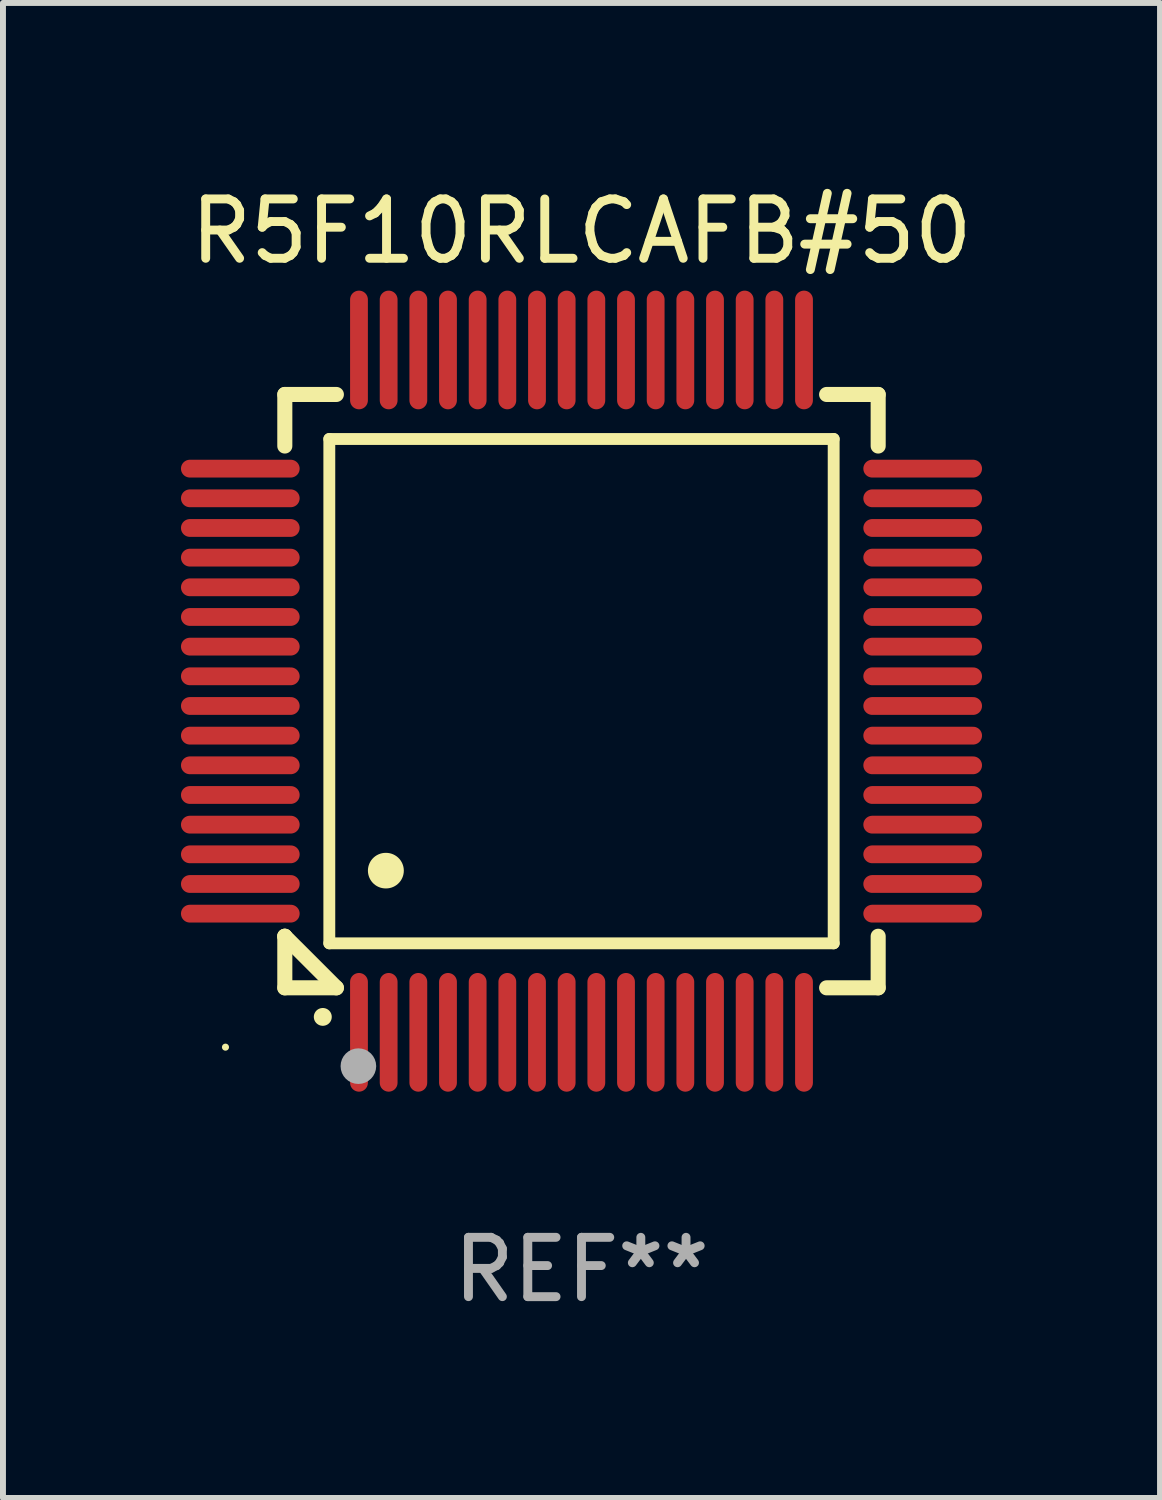
<source format=kicad_pcb>
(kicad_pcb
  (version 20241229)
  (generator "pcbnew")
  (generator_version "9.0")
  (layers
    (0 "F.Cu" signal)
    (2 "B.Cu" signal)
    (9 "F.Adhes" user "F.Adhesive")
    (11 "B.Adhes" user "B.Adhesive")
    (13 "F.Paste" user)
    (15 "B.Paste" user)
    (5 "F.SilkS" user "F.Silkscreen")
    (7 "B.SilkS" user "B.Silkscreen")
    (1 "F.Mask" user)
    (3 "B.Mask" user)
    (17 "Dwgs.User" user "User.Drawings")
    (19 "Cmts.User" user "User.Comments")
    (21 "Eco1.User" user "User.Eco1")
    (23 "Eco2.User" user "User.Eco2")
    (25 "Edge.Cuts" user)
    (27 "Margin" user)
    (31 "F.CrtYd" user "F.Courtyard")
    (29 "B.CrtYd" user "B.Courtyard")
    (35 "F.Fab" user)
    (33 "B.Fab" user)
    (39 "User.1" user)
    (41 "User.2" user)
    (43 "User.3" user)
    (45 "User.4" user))
  (footprint "R5F10RLCAFB#50"
    (layer "F.Cu")
    (at 6.75 8.598)
    (property "Reference" "R5F10RLCAFB#50" (at 0 -7.75 0) (layer "F.SilkS") (effects (font (size 1 1) (thickness 0.15))))
    (attr through_hole)
    (fp_line (start -5 -5) (end -4.131 -5) (stroke (width 0.254) (type solid)) (layer "F.SilkS"))
    (fp_line (start -5 -4.131) (end -5 -5) (stroke (width 0.254) (type solid)) (layer "F.SilkS"))
    (fp_line (start -5 4.131) (end -5 4.131) (stroke (width 0.254) (type solid)) (layer "F.SilkS"))
    (fp_line (start -5 5) (end -5 4.131) (stroke (width 0.254) (type solid)) (layer "F.SilkS"))
    (fp_line (start -5 4.131) (end -4.131 5) (stroke (width 0.254) (type solid)) (layer "F.SilkS"))
    (fp_line (start -4.25 -4.25) (end -4.25 4.25) (stroke (width 0.2) (type solid)) (layer "F.SilkS"))
    (fp_line (start -4.25 4.25) (end 4.25 4.25) (stroke (width 0.2) (type solid)) (layer "F.SilkS"))
    (fp_line (start -4.131 5) (end -5 5) (stroke (width 0.254) (type solid)) (layer "F.SilkS"))
    (fp_line (start 4.25 -4.25) (end -4.25 -4.25) (stroke (width 0.2) (type solid)) (layer "F.SilkS"))
    (fp_line (start 4.25 4.25) (end 4.25 -4.25) (stroke (width 0.2) (type solid)) (layer "F.SilkS"))
    (fp_line (start 5 -5) (end 4.131 -5) (stroke (width 0.254) (type solid)) (layer "F.SilkS"))
    (fp_line (start 5 -5) (end 5 -4.131) (stroke (width 0.254) (type solid)) (layer "F.SilkS"))
    (fp_line (start 5 4.131) (end 5 5) (stroke (width 0.254) (type solid)) (layer "F.SilkS"))
    (fp_line (start 5 5) (end 4.131 5) (stroke (width 0.254) (type solid)) (layer "F.SilkS"))
    (fp_arc (start -4.361265 5.489992) (mid -4.359995 5.489987) (end -4.358725 5.489992) (stroke (width 0.3) (type solid)) (layer "F.SilkS"))
    (fp_arc (start -3.299467 3.025146) (mid -3.296927 3.025135) (end -3.294387 3.025146) (stroke (width 0.6) (type solid)) (layer "F.SilkS"))
    (fp_circle (center -6 6) (end -5.97 6) (stroke (width 0.06) (type solid)) (fill no) (layer "F.SilkS"))
    (fp_circle (center -3.76 6.32) (end -3.61 6.32) (stroke (width 0.3) (type solid)) (fill no) (layer "F.Fab"))
    (fp_text user "REF**" (at 0 9.75 0) (layer "F.Fab") (effects (font (size 1 1) (thickness 0.15))))
    (pad "1" smd oval (at -3.75 5.75) (size 0.3 2) (layers "F.Cu" "F.Mask" "F.Paste"))
    (pad "2" smd oval (at -3.25 5.75) (size 0.3 2) (layers "F.Cu" "F.Mask" "F.Paste"))
    (pad "3" smd oval (at -2.75 5.75) (size 0.3 2) (layers "F.Cu" "F.Mask" "F.Paste"))
    (pad "4" smd oval (at -2.25 5.75) (size 0.3 2) (layers "F.Cu" "F.Mask" "F.Paste"))
    (pad "5" smd oval (at -1.75 5.75) (size 0.3 2) (layers "F.Cu" "F.Mask" "F.Paste"))
    (pad "6" smd oval (at -1.25 5.75) (size 0.3 2) (layers "F.Cu" "F.Mask" "F.Paste"))
    (pad "7" smd oval (at -0.75 5.75) (size 0.3 2) (layers "F.Cu" "F.Mask" "F.Paste"))
    (pad "8" smd oval (at -0.25 5.75) (size 0.3 2) (layers "F.Cu" "F.Mask" "F.Paste"))
    (pad "9" smd oval (at 0.25 5.75) (size 0.3 2) (layers "F.Cu" "F.Mask" "F.Paste"))
    (pad "10" smd oval (at 0.75 5.75) (size 0.3 2) (layers "F.Cu" "F.Mask" "F.Paste"))
    (pad "11" smd oval (at 1.25 5.75) (size 0.3 2) (layers "F.Cu" "F.Mask" "F.Paste"))
    (pad "12" smd oval (at 1.75 5.75) (size 0.3 2) (layers "F.Cu" "F.Mask" "F.Paste"))
    (pad "13" smd oval (at 2.25 5.75) (size 0.3 2) (layers "F.Cu" "F.Mask" "F.Paste"))
    (pad "14" smd oval (at 2.75 5.75) (size 0.3 2) (layers "F.Cu" "F.Mask" "F.Paste"))
    (pad "15" smd oval (at 3.25 5.75) (size 0.3 2) (layers "F.Cu" "F.Mask" "F.Paste"))
    (pad "16" smd oval (at 3.75 5.75) (size 0.3 2) (layers "F.Cu" "F.Mask" "F.Paste"))
    (pad "17" smd oval (at 5.75 3.75) (size 2 0.3) (layers "F.Cu" "F.Mask" "F.Paste"))
    (pad "18" smd oval (at 5.75 3.25) (size 2 0.3) (layers "F.Cu" "F.Mask" "F.Paste"))
    (pad "19" smd oval (at 5.75 2.75) (size 2 0.3) (layers "F.Cu" "F.Mask" "F.Paste"))
    (pad "20" smd oval (at 5.75 2.25) (size 2 0.3) (layers "F.Cu" "F.Mask" "F.Paste"))
    (pad "21" smd oval (at 5.75 1.75) (size 2 0.3) (layers "F.Cu" "F.Mask" "F.Paste"))
    (pad "22" smd oval (at 5.75 1.25) (size 2 0.3) (layers "F.Cu" "F.Mask" "F.Paste"))
    (pad "23" smd oval (at 5.75 0.75) (size 2 0.3) (layers "F.Cu" "F.Mask" "F.Paste"))
    (pad "24" smd oval (at 5.75 0.25) (size 2 0.3) (layers "F.Cu" "F.Mask" "F.Paste"))
    (pad "25" smd oval (at 5.75 -0.25) (size 2 0.3) (layers "F.Cu" "F.Mask" "F.Paste"))
    (pad "26" smd oval (at 5.75 -0.75) (size 2 0.3) (layers "F.Cu" "F.Mask" "F.Paste"))
    (pad "27" smd oval (at 5.75 -1.25) (size 2 0.3) (layers "F.Cu" "F.Mask" "F.Paste"))
    (pad "28" smd oval (at 5.75 -1.75) (size 2 0.3) (layers "F.Cu" "F.Mask" "F.Paste"))
    (pad "29" smd oval (at 5.75 -2.25) (size 2 0.3) (layers "F.Cu" "F.Mask" "F.Paste"))
    (pad "30" smd oval (at 5.75 -2.75) (size 2 0.3) (layers "F.Cu" "F.Mask" "F.Paste"))
    (pad "31" smd oval (at 5.75 -3.25) (size 2 0.3) (layers "F.Cu" "F.Mask" "F.Paste"))
    (pad "32" smd oval (at 5.75 -3.75) (size 2 0.3) (layers "F.Cu" "F.Mask" "F.Paste"))
    (pad "33" smd oval (at 3.75 -5.75) (size 0.3 2) (layers "F.Cu" "F.Mask" "F.Paste"))
    (pad "34" smd oval (at 3.25 -5.75) (size 0.3 2) (layers "F.Cu" "F.Mask" "F.Paste"))
    (pad "35" smd oval (at 2.75 -5.75) (size 0.3 2) (layers "F.Cu" "F.Mask" "F.Paste"))
    (pad "36" smd oval (at 2.25 -5.75) (size 0.3 2) (layers "F.Cu" "F.Mask" "F.Paste"))
    (pad "37" smd oval (at 1.75 -5.75) (size 0.3 2) (layers "F.Cu" "F.Mask" "F.Paste"))
    (pad "38" smd oval (at 1.25 -5.75) (size 0.3 2) (layers "F.Cu" "F.Mask" "F.Paste"))
    (pad "39" smd oval (at 0.75 -5.75) (size 0.3 2) (layers "F.Cu" "F.Mask" "F.Paste"))
    (pad "40" smd oval (at 0.25 -5.75) (size 0.3 2) (layers "F.Cu" "F.Mask" "F.Paste"))
    (pad "41" smd oval (at -0.25 -5.75) (size 0.3 2) (layers "F.Cu" "F.Mask" "F.Paste"))
    (pad "42" smd oval (at -0.75 -5.75) (size 0.3 2) (layers "F.Cu" "F.Mask" "F.Paste"))
    (pad "43" smd oval (at -1.25 -5.75) (size 0.3 2) (layers "F.Cu" "F.Mask" "F.Paste"))
    (pad "44" smd oval (at -1.75 -5.75) (size 0.3 2) (layers "F.Cu" "F.Mask" "F.Paste"))
    (pad "45" smd oval (at -2.25 -5.75) (size 0.3 2) (layers "F.Cu" "F.Mask" "F.Paste"))
    (pad "46" smd oval (at -2.75 -5.75) (size 0.3 2) (layers "F.Cu" "F.Mask" "F.Paste"))
    (pad "47" smd oval (at -3.25 -5.75) (size 0.3 2) (layers "F.Cu" "F.Mask" "F.Paste"))
    (pad "48" smd oval (at -3.75 -5.75) (size 0.3 2) (layers "F.Cu" "F.Mask" "F.Paste"))
    (pad "49" smd oval (at -5.75 -3.75) (size 2 0.3) (layers "F.Cu" "F.Mask" "F.Paste"))
    (pad "50" smd oval (at -5.75 -3.25) (size 2 0.3) (layers "F.Cu" "F.Mask" "F.Paste"))
    (pad "51" smd oval (at -5.75 -2.75) (size 2 0.3) (layers "F.Cu" "F.Mask" "F.Paste"))
    (pad "52" smd oval (at -5.75 -2.25) (size 2 0.3) (layers "F.Cu" "F.Mask" "F.Paste"))
    (pad "53" smd oval (at -5.75 -1.75) (size 2 0.3) (layers "F.Cu" "F.Mask" "F.Paste"))
    (pad "54" smd oval (at -5.75 -1.25) (size 2 0.3) (layers "F.Cu" "F.Mask" "F.Paste"))
    (pad "55" smd oval (at -5.75 -0.75) (size 2 0.3) (layers "F.Cu" "F.Mask" "F.Paste"))
    (pad "56" smd oval (at -5.75 -0.25) (size 2 0.3) (layers "F.Cu" "F.Mask" "F.Paste"))
    (pad "57" smd oval (at -5.75 0.25) (size 2 0.3) (layers "F.Cu" "F.Mask" "F.Paste"))
    (pad "58" smd oval (at -5.75 0.75) (size 2 0.3) (layers "F.Cu" "F.Mask" "F.Paste"))
    (pad "59" smd oval (at -5.75 1.25) (size 2 0.3) (layers "F.Cu" "F.Mask" "F.Paste"))
    (pad "60" smd oval (at -5.75 1.75) (size 2 0.3) (layers "F.Cu" "F.Mask" "F.Paste"))
    (pad "61" smd oval (at -5.75 2.25) (size 2 0.3) (layers "F.Cu" "F.Mask" "F.Paste"))
    (pad "62" smd oval (at -5.75 2.75) (size 2 0.3) (layers "F.Cu" "F.Mask" "F.Paste"))
    (pad "63" smd oval (at -5.75 3.25) (size 2 0.3) (layers "F.Cu" "F.Mask" "F.Paste"))
    (pad "64" smd oval (at -5.75 3.75) (size 2 0.3) (layers "F.Cu" "F.Mask" "F.Paste")))
  (gr_rect
    (start -3 -3)
    (end 16.5 22.196)
    (stroke (width 0.1) (type default))
    (fill no)
    (layer "Edge.Cuts")))
</source>
